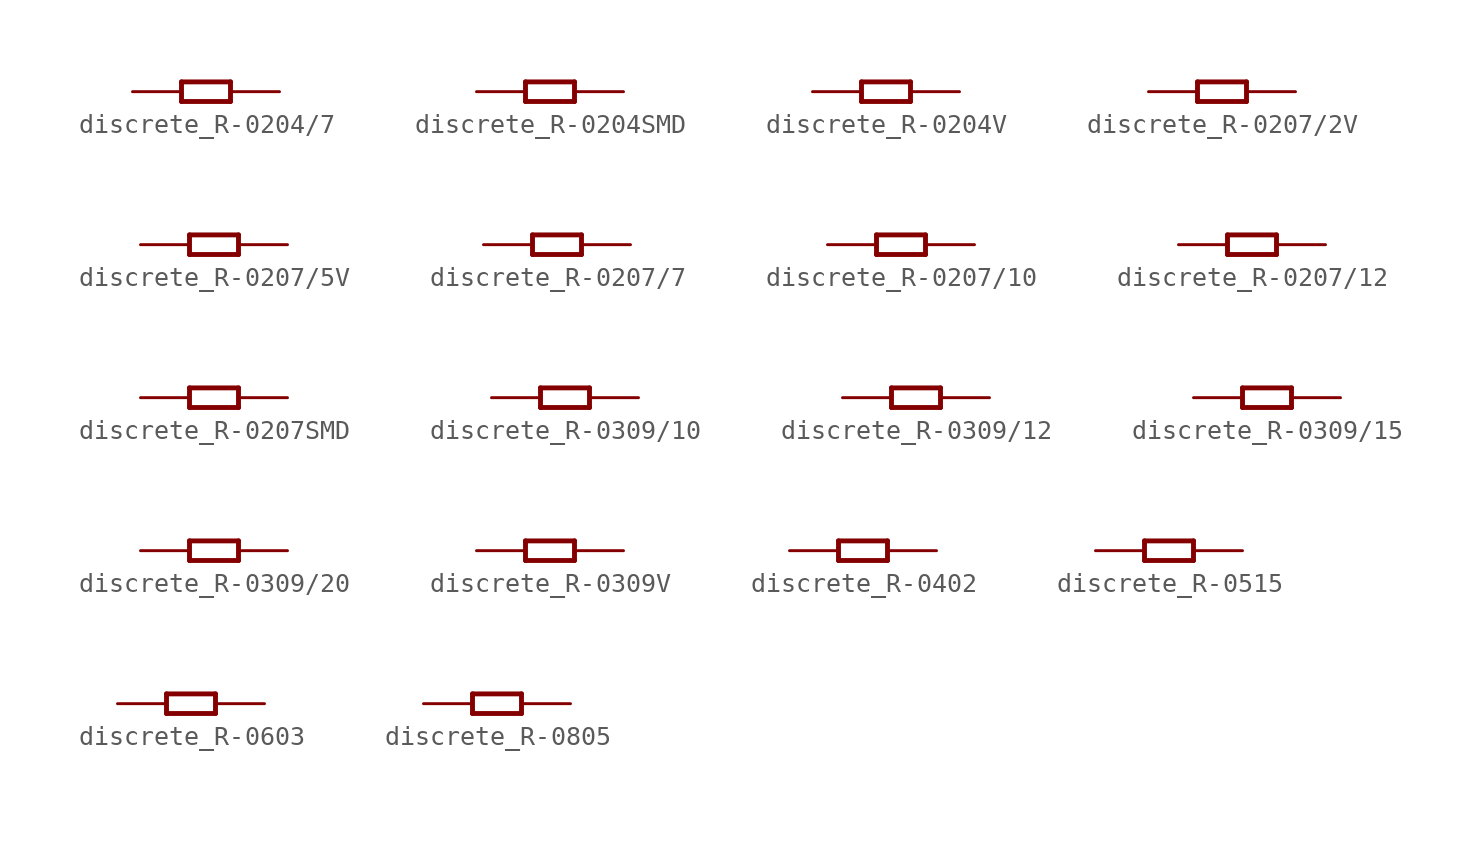
<source format=kicad_sym>
(kicad_symbol_lib
  (version 20231120)
  (generator "kicad_symbol_editor")
  (generator_version "8.0")
  (symbol "discrete_R-0204/7"
    (property "Reference" "R"
      (at -3.81 0 0)
      (effects (font (size 1.27 1.079)) (justify left bottom) (hide yes)))
    (property "ki_locked" ""
      (at 0 0 0)
      (effects (font (size 1.27 1.27))))
    (symbol "discrete_R-0204/7_1_0"
      (polyline (pts (xy -1.27 -0.508) (xy -1.27 0.508)) (stroke (width 0.254) (type solid)) (fill (type none)))
      (polyline (pts (xy -1.27 0.508) (xy 1.27 0.508)) (stroke (width 0.254) (type solid)) (fill (type none)))
      (polyline (pts (xy 1.27 -0.508) (xy -1.27 -0.508)) (stroke (width 0.254) (type solid)) (fill (type none)))
      (polyline (pts (xy 1.27 0.508) (xy 1.27 -0.508)) (stroke (width 0.254) (type solid)) (fill (type none)))
      (pin passive line (at -3.81 0 0) (length 2.54) (name "1" (effects (font (size 0 0)))) (number "1" (effects (font (size 0 0)))))
      (pin passive line (at 3.81 0 180) (length 2.54) (name "2" (effects (font (size 0 0)))) (number "2" (effects (font (size 0 0)))))))
  (symbol "discrete_R-0204SMD"
    (property "Reference" "R"
      (at -3.81 0 0)
      (effects (font (size 1.27 1.079)) (justify left bottom) (hide yes)))
    (property "ki_locked" ""
      (at 0 0 0)
      (effects (font (size 1.27 1.27))))
    (symbol "discrete_R-0204SMD_1_0"
      (polyline (pts (xy -1.27 -0.508) (xy -1.27 0.508)) (stroke (width 0.254) (type solid)) (fill (type none)))
      (polyline (pts (xy -1.27 0.508) (xy 1.27 0.508)) (stroke (width 0.254) (type solid)) (fill (type none)))
      (polyline (pts (xy 1.27 -0.508) (xy -1.27 -0.508)) (stroke (width 0.254) (type solid)) (fill (type none)))
      (polyline (pts (xy 1.27 0.508) (xy 1.27 -0.508)) (stroke (width 0.254) (type solid)) (fill (type none)))
      (pin passive line (at -3.81 0 0) (length 2.54) (name "1" (effects (font (size 0 0)))) (number "1" (effects (font (size 0 0)))))
      (pin passive line (at 3.81 0 180) (length 2.54) (name "2" (effects (font (size 0 0)))) (number "2" (effects (font (size 0 0)))))))
  (symbol "discrete_R-0204V"
    (property "Reference" "R"
      (at -3.81 0 0)
      (effects (font (size 1.27 1.079)) (justify left bottom) (hide yes)))
    (property "ki_locked" ""
      (at 0 0 0)
      (effects (font (size 1.27 1.27))))
    (symbol "discrete_R-0204V_1_0"
      (polyline (pts (xy -1.27 -0.508) (xy -1.27 0.508)) (stroke (width 0.254) (type solid)) (fill (type none)))
      (polyline (pts (xy -1.27 0.508) (xy 1.27 0.508)) (stroke (width 0.254) (type solid)) (fill (type none)))
      (polyline (pts (xy 1.27 -0.508) (xy -1.27 -0.508)) (stroke (width 0.254) (type solid)) (fill (type none)))
      (polyline (pts (xy 1.27 0.508) (xy 1.27 -0.508)) (stroke (width 0.254) (type solid)) (fill (type none)))
      (pin passive line (at -3.81 0 0) (length 2.54) (name "1" (effects (font (size 0 0)))) (number "1" (effects (font (size 0 0)))))
      (pin passive line (at 3.81 0 180) (length 2.54) (name "2" (effects (font (size 0 0)))) (number "2" (effects (font (size 0 0)))))))
  (symbol "discrete_R-0207/2V"
    (property "Reference" "R"
      (at -3.81 0 0)
      (effects (font (size 1.27 1.079)) (justify left bottom) (hide yes)))
    (property "ki_locked" ""
      (at 0 0 0)
      (effects (font (size 1.27 1.27))))
    (symbol "discrete_R-0207/2V_1_0"
      (polyline (pts (xy -1.27 -0.508) (xy -1.27 0.508)) (stroke (width 0.254) (type solid)) (fill (type none)))
      (polyline (pts (xy -1.27 0.508) (xy 1.27 0.508)) (stroke (width 0.254) (type solid)) (fill (type none)))
      (polyline (pts (xy 1.27 -0.508) (xy -1.27 -0.508)) (stroke (width 0.254) (type solid)) (fill (type none)))
      (polyline (pts (xy 1.27 0.508) (xy 1.27 -0.508)) (stroke (width 0.254) (type solid)) (fill (type none)))
      (pin passive line (at -3.81 0 0) (length 2.54) (name "1" (effects (font (size 0 0)))) (number "1" (effects (font (size 0 0)))))
      (pin passive line (at 3.81 0 180) (length 2.54) (name "2" (effects (font (size 0 0)))) (number "2" (effects (font (size 0 0)))))))
  (symbol "discrete_R-0207/5V"
    (property "Reference" "R"
      (at -3.81 0 0)
      (effects (font (size 1.27 1.079)) (justify left bottom) (hide yes)))
    (property "ki_locked" ""
      (at 0 0 0)
      (effects (font (size 1.27 1.27))))
    (symbol "discrete_R-0207/5V_1_0"
      (polyline (pts (xy -1.27 -0.508) (xy -1.27 0.508)) (stroke (width 0.254) (type solid)) (fill (type none)))
      (polyline (pts (xy -1.27 0.508) (xy 1.27 0.508)) (stroke (width 0.254) (type solid)) (fill (type none)))
      (polyline (pts (xy 1.27 -0.508) (xy -1.27 -0.508)) (stroke (width 0.254) (type solid)) (fill (type none)))
      (polyline (pts (xy 1.27 0.508) (xy 1.27 -0.508)) (stroke (width 0.254) (type solid)) (fill (type none)))
      (pin passive line (at -3.81 0 0) (length 2.54) (name "1" (effects (font (size 0 0)))) (number "1" (effects (font (size 0 0)))))
      (pin passive line (at 3.81 0 180) (length 2.54) (name "2" (effects (font (size 0 0)))) (number "2" (effects (font (size 0 0)))))))
  (symbol "discrete_R-0207/7"
    (property "Reference" "R"
      (at -3.81 0 0)
      (effects (font (size 1.27 1.079)) (justify left bottom) (hide yes)))
    (property "ki_locked" ""
      (at 0 0 0)
      (effects (font (size 1.27 1.27))))
    (symbol "discrete_R-0207/7_1_0"
      (polyline (pts (xy -1.27 -0.508) (xy -1.27 0.508)) (stroke (width 0.254) (type solid)) (fill (type none)))
      (polyline (pts (xy -1.27 0.508) (xy 1.27 0.508)) (stroke (width 0.254) (type solid)) (fill (type none)))
      (polyline (pts (xy 1.27 -0.508) (xy -1.27 -0.508)) (stroke (width 0.254) (type solid)) (fill (type none)))
      (polyline (pts (xy 1.27 0.508) (xy 1.27 -0.508)) (stroke (width 0.254) (type solid)) (fill (type none)))
      (pin passive line (at -3.81 0 0) (length 2.54) (name "1" (effects (font (size 0 0)))) (number "1" (effects (font (size 0 0)))))
      (pin passive line (at 3.81 0 180) (length 2.54) (name "2" (effects (font (size 0 0)))) (number "2" (effects (font (size 0 0)))))))
  (symbol "discrete_R-0207/10"
    (property "Reference" "R"
      (at -3.81 0 0)
      (effects (font (size 1.27 1.079)) (justify left bottom) (hide yes)))
    (property "ki_locked" ""
      (at 0 0 0)
      (effects (font (size 1.27 1.27))))
    (symbol "discrete_R-0207/10_1_0"
      (polyline (pts (xy -1.27 -0.508) (xy -1.27 0.508)) (stroke (width 0.254) (type solid)) (fill (type none)))
      (polyline (pts (xy -1.27 0.508) (xy 1.27 0.508)) (stroke (width 0.254) (type solid)) (fill (type none)))
      (polyline (pts (xy 1.27 -0.508) (xy -1.27 -0.508)) (stroke (width 0.254) (type solid)) (fill (type none)))
      (polyline (pts (xy 1.27 0.508) (xy 1.27 -0.508)) (stroke (width 0.254) (type solid)) (fill (type none)))
      (pin passive line (at -3.81 0 0) (length 2.54) (name "1" (effects (font (size 0 0)))) (number "1" (effects (font (size 0 0)))))
      (pin passive line (at 3.81 0 180) (length 2.54) (name "2" (effects (font (size 0 0)))) (number "2" (effects (font (size 0 0)))))))
  (symbol "discrete_R-0207/12"
    (property "Reference" "R"
      (at -3.81 0 0)
      (effects (font (size 1.27 1.079)) (justify left bottom) (hide yes)))
    (property "ki_locked" ""
      (at 0 0 0)
      (effects (font (size 1.27 1.27))))
    (symbol "discrete_R-0207/12_1_0"
      (polyline (pts (xy -1.27 -0.508) (xy -1.27 0.508)) (stroke (width 0.254) (type solid)) (fill (type none)))
      (polyline (pts (xy -1.27 0.508) (xy 1.27 0.508)) (stroke (width 0.254) (type solid)) (fill (type none)))
      (polyline (pts (xy 1.27 -0.508) (xy -1.27 -0.508)) (stroke (width 0.254) (type solid)) (fill (type none)))
      (polyline (pts (xy 1.27 0.508) (xy 1.27 -0.508)) (stroke (width 0.254) (type solid)) (fill (type none)))
      (pin passive line (at -3.81 0 0) (length 2.54) (name "1" (effects (font (size 0 0)))) (number "1" (effects (font (size 0 0)))))
      (pin passive line (at 3.81 0 180) (length 2.54) (name "2" (effects (font (size 0 0)))) (number "2" (effects (font (size 0 0)))))))
  (symbol "discrete_R-0207SMD"
    (property "Reference" "R"
      (at -3.81 0 0)
      (effects (font (size 1.27 1.079)) (justify left bottom) (hide yes)))
    (property "ki_locked" ""
      (at 0 0 0)
      (effects (font (size 1.27 1.27))))
    (symbol "discrete_R-0207SMD_1_0"
      (polyline (pts (xy -1.27 -0.508) (xy -1.27 0.508)) (stroke (width 0.254) (type solid)) (fill (type none)))
      (polyline (pts (xy -1.27 0.508) (xy 1.27 0.508)) (stroke (width 0.254) (type solid)) (fill (type none)))
      (polyline (pts (xy 1.27 -0.508) (xy -1.27 -0.508)) (stroke (width 0.254) (type solid)) (fill (type none)))
      (polyline (pts (xy 1.27 0.508) (xy 1.27 -0.508)) (stroke (width 0.254) (type solid)) (fill (type none)))
      (pin passive line (at -3.81 0 0) (length 2.54) (name "1" (effects (font (size 0 0)))) (number "1" (effects (font (size 0 0)))))
      (pin passive line (at 3.81 0 180) (length 2.54) (name "2" (effects (font (size 0 0)))) (number "2" (effects (font (size 0 0)))))))
  (symbol "discrete_R-0309/10"
    (property "Reference" "R"
      (at -3.81 0 0)
      (effects (font (size 1.27 1.079)) (justify left bottom) (hide yes)))
    (property "ki_locked" ""
      (at 0 0 0)
      (effects (font (size 1.27 1.27))))
    (symbol "discrete_R-0309/10_1_0"
      (polyline (pts (xy -1.27 -0.508) (xy -1.27 0.508)) (stroke (width 0.254) (type solid)) (fill (type none)))
      (polyline (pts (xy -1.27 0.508) (xy 1.27 0.508)) (stroke (width 0.254) (type solid)) (fill (type none)))
      (polyline (pts (xy 1.27 -0.508) (xy -1.27 -0.508)) (stroke (width 0.254) (type solid)) (fill (type none)))
      (polyline (pts (xy 1.27 0.508) (xy 1.27 -0.508)) (stroke (width 0.254) (type solid)) (fill (type none)))
      (pin passive line (at -3.81 0 0) (length 2.54) (name "1" (effects (font (size 0 0)))) (number "1" (effects (font (size 0 0)))))
      (pin passive line (at 3.81 0 180) (length 2.54) (name "2" (effects (font (size 0 0)))) (number "2" (effects (font (size 0 0)))))))
  (symbol "discrete_R-0309/12"
    (property "Reference" "R"
      (at -3.81 0 0)
      (effects (font (size 1.27 1.079)) (justify left bottom) (hide yes)))
    (property "ki_locked" ""
      (at 0 0 0)
      (effects (font (size 1.27 1.27))))
    (symbol "discrete_R-0309/12_1_0"
      (polyline (pts (xy -1.27 -0.508) (xy -1.27 0.508)) (stroke (width 0.254) (type solid)) (fill (type none)))
      (polyline (pts (xy -1.27 0.508) (xy 1.27 0.508)) (stroke (width 0.254) (type solid)) (fill (type none)))
      (polyline (pts (xy 1.27 -0.508) (xy -1.27 -0.508)) (stroke (width 0.254) (type solid)) (fill (type none)))
      (polyline (pts (xy 1.27 0.508) (xy 1.27 -0.508)) (stroke (width 0.254) (type solid)) (fill (type none)))
      (pin passive line (at -3.81 0 0) (length 2.54) (name "1" (effects (font (size 0 0)))) (number "1" (effects (font (size 0 0)))))
      (pin passive line (at 3.81 0 180) (length 2.54) (name "2" (effects (font (size 0 0)))) (number "2" (effects (font (size 0 0)))))))
  (symbol "discrete_R-0309/15"
    (property "Reference" "R"
      (at -3.81 0 0)
      (effects (font (size 1.27 1.079)) (justify left bottom) (hide yes)))
    (property "ki_locked" ""
      (at 0 0 0)
      (effects (font (size 1.27 1.27))))
    (symbol "discrete_R-0309/15_1_0"
      (polyline (pts (xy -1.27 -0.508) (xy -1.27 0.508)) (stroke (width 0.254) (type solid)) (fill (type none)))
      (polyline (pts (xy -1.27 0.508) (xy 1.27 0.508)) (stroke (width 0.254) (type solid)) (fill (type none)))
      (polyline (pts (xy 1.27 -0.508) (xy -1.27 -0.508)) (stroke (width 0.254) (type solid)) (fill (type none)))
      (polyline (pts (xy 1.27 0.508) (xy 1.27 -0.508)) (stroke (width 0.254) (type solid)) (fill (type none)))
      (pin passive line (at -3.81 0 0) (length 2.54) (name "1" (effects (font (size 0 0)))) (number "1" (effects (font (size 0 0)))))
      (pin passive line (at 3.81 0 180) (length 2.54) (name "2" (effects (font (size 0 0)))) (number "2" (effects (font (size 0 0)))))))
  (symbol "discrete_R-0309/20"
    (property "Reference" "R"
      (at -3.81 0 0)
      (effects (font (size 1.27 1.079)) (justify left bottom) (hide yes)))
    (property "ki_locked" ""
      (at 0 0 0)
      (effects (font (size 1.27 1.27))))
    (symbol "discrete_R-0309/20_1_0"
      (polyline (pts (xy -1.27 -0.508) (xy -1.27 0.508)) (stroke (width 0.254) (type solid)) (fill (type none)))
      (polyline (pts (xy -1.27 0.508) (xy 1.27 0.508)) (stroke (width 0.254) (type solid)) (fill (type none)))
      (polyline (pts (xy 1.27 -0.508) (xy -1.27 -0.508)) (stroke (width 0.254) (type solid)) (fill (type none)))
      (polyline (pts (xy 1.27 0.508) (xy 1.27 -0.508)) (stroke (width 0.254) (type solid)) (fill (type none)))
      (pin passive line (at -3.81 0 0) (length 2.54) (name "1" (effects (font (size 0 0)))) (number "1" (effects (font (size 0 0)))))
      (pin passive line (at 3.81 0 180) (length 2.54) (name "2" (effects (font (size 0 0)))) (number "2" (effects (font (size 0 0)))))))
  (symbol "discrete_R-0309V"
    (property "Reference" "R"
      (at -3.81 0 0)
      (effects (font (size 1.27 1.079)) (justify left bottom) (hide yes)))
    (property "ki_locked" ""
      (at 0 0 0)
      (effects (font (size 1.27 1.27))))
    (symbol "discrete_R-0309V_1_0"
      (polyline (pts (xy -1.27 -0.508) (xy -1.27 0.508)) (stroke (width 0.254) (type solid)) (fill (type none)))
      (polyline (pts (xy -1.27 0.508) (xy 1.27 0.508)) (stroke (width 0.254) (type solid)) (fill (type none)))
      (polyline (pts (xy 1.27 -0.508) (xy -1.27 -0.508)) (stroke (width 0.254) (type solid)) (fill (type none)))
      (polyline (pts (xy 1.27 0.508) (xy 1.27 -0.508)) (stroke (width 0.254) (type solid)) (fill (type none)))
      (pin passive line (at -3.81 0 0) (length 2.54) (name "1" (effects (font (size 0 0)))) (number "1" (effects (font (size 0 0)))))
      (pin passive line (at 3.81 0 180) (length 2.54) (name "2" (effects (font (size 0 0)))) (number "2" (effects (font (size 0 0)))))))
  (symbol "discrete_R-0402"
    (property "Reference" "R"
      (at -3.81 0 0)
      (effects (font (size 1.27 1.079)) (justify left bottom) (hide yes)))
    (property "ki_locked" ""
      (at 0 0 0)
      (effects (font (size 1.27 1.27))))
    (symbol "discrete_R-0402_1_0"
      (polyline (pts (xy -1.27 -0.508) (xy -1.27 0.508)) (stroke (width 0.254) (type solid)) (fill (type none)))
      (polyline (pts (xy -1.27 0.508) (xy 1.27 0.508)) (stroke (width 0.254) (type solid)) (fill (type none)))
      (polyline (pts (xy 1.27 -0.508) (xy -1.27 -0.508)) (stroke (width 0.254) (type solid)) (fill (type none)))
      (polyline (pts (xy 1.27 0.508) (xy 1.27 -0.508)) (stroke (width 0.254) (type solid)) (fill (type none)))
      (pin passive line (at -3.81 0 0) (length 2.54) (name "1" (effects (font (size 0 0)))) (number "1" (effects (font (size 0 0)))))
      (pin passive line (at 3.81 0 180) (length 2.54) (name "2" (effects (font (size 0 0)))) (number "2" (effects (font (size 0 0)))))))
  (symbol "discrete_R-0515"
    (property "Reference" "R"
      (at -3.81 0 0)
      (effects (font (size 1.27 1.079)) (justify left bottom) (hide yes)))
    (property "ki_locked" ""
      (at 0 0 0)
      (effects (font (size 1.27 1.27))))
    (symbol "discrete_R-0515_1_0"
      (polyline (pts (xy -1.27 -0.508) (xy -1.27 0.508)) (stroke (width 0.254) (type solid)) (fill (type none)))
      (polyline (pts (xy -1.27 0.508) (xy 1.27 0.508)) (stroke (width 0.254) (type solid)) (fill (type none)))
      (polyline (pts (xy 1.27 -0.508) (xy -1.27 -0.508)) (stroke (width 0.254) (type solid)) (fill (type none)))
      (polyline (pts (xy 1.27 0.508) (xy 1.27 -0.508)) (stroke (width 0.254) (type solid)) (fill (type none)))
      (pin passive line (at -3.81 0 0) (length 2.54) (name "1" (effects (font (size 0 0)))) (number "P$1" (effects (font (size 0 0)))))
      (pin passive line (at 3.81 0 180) (length 2.54) (name "2" (effects (font (size 0 0)))) (number "P$2" (effects (font (size 0 0)))))))
  (symbol "discrete_R-0603"
    (property "Reference" "R"
      (at -3.81 0 0)
      (effects (font (size 1.27 1.079)) (justify left bottom) (hide yes)))
    (property "ki_locked" ""
      (at 0 0 0)
      (effects (font (size 1.27 1.27))))
    (symbol "discrete_R-0603_1_0"
      (polyline (pts (xy -1.27 -0.508) (xy -1.27 0.508)) (stroke (width 0.254) (type solid)) (fill (type none)))
      (polyline (pts (xy -1.27 0.508) (xy 1.27 0.508)) (stroke (width 0.254) (type solid)) (fill (type none)))
      (polyline (pts (xy 1.27 -0.508) (xy -1.27 -0.508)) (stroke (width 0.254) (type solid)) (fill (type none)))
      (polyline (pts (xy 1.27 0.508) (xy 1.27 -0.508)) (stroke (width 0.254) (type solid)) (fill (type none)))
      (pin passive line (at -3.81 0 0) (length 2.54) (name "1" (effects (font (size 0 0)))) (number "1" (effects (font (size 0 0)))))
      (pin passive line (at 3.81 0 180) (length 2.54) (name "2" (effects (font (size 0 0)))) (number "2" (effects (font (size 0 0)))))))
  (symbol "discrete_R-0805"
    (property "Reference" "R"
      (at -3.81 0 0)
      (effects (font (size 1.27 1.079)) (justify left bottom) (hide yes)))
    (property "ki_locked" ""
      (at 0 0 0)
      (effects (font (size 1.27 1.27))))
    (symbol "discrete_R-0805_1_0"
      (polyline (pts (xy -1.27 -0.508) (xy -1.27 0.508)) (stroke (width 0.254) (type solid)) (fill (type none)))
      (polyline (pts (xy -1.27 0.508) (xy 1.27 0.508)) (stroke (width 0.254) (type solid)) (fill (type none)))
      (polyline (pts (xy 1.27 -0.508) (xy -1.27 -0.508)) (stroke (width 0.254) (type solid)) (fill (type none)))
      (polyline (pts (xy 1.27 0.508) (xy 1.27 -0.508)) (stroke (width 0.254) (type solid)) (fill (type none)))
      (pin passive line (at -3.81 0 0) (length 2.54) (name "1" (effects (font (size 0 0)))) (number "1" (effects (font (size 0 0)))))
      (pin passive line (at 3.81 0 180) (length 2.54) (name "2" (effects (font (size 0 0)))) (number "2" (effects (font (size 0 0))))))))
</source>
